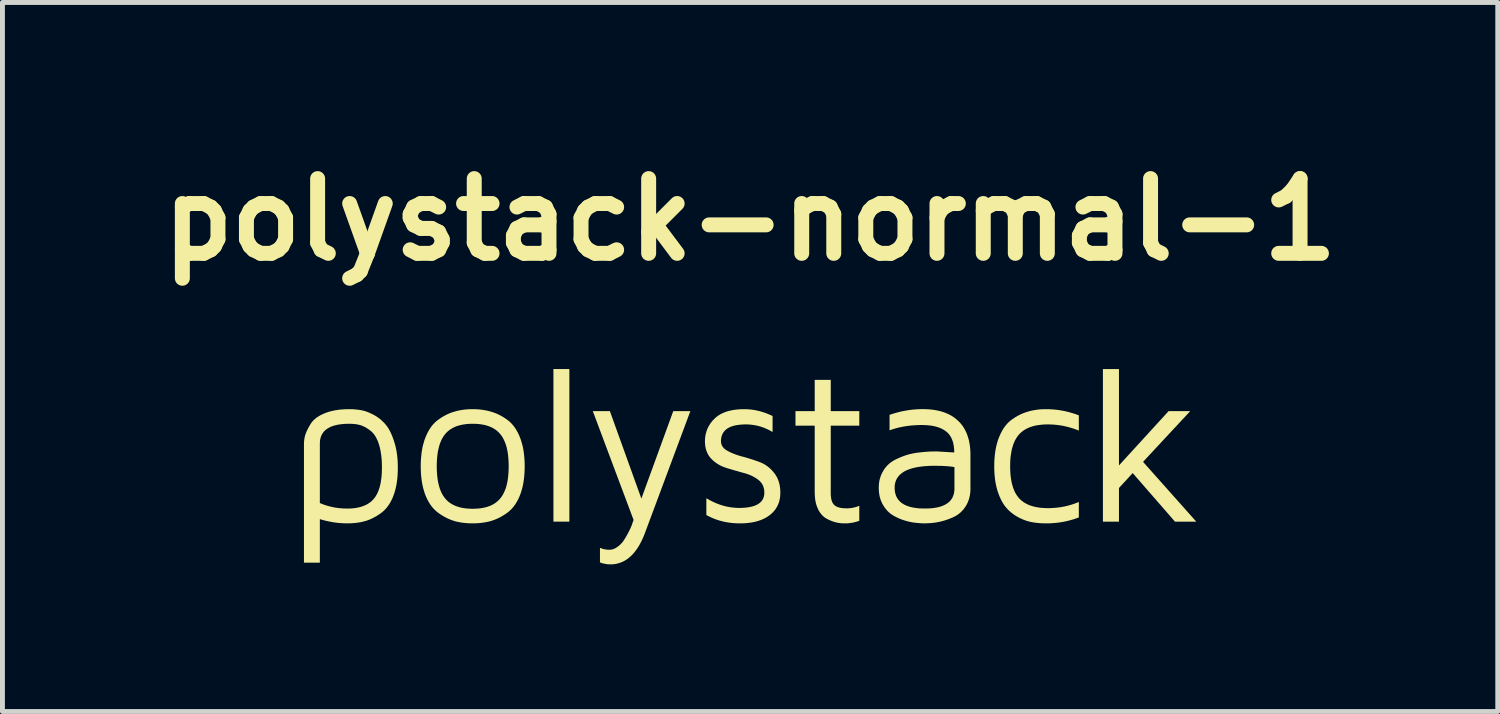
<source format=kicad_pcb>
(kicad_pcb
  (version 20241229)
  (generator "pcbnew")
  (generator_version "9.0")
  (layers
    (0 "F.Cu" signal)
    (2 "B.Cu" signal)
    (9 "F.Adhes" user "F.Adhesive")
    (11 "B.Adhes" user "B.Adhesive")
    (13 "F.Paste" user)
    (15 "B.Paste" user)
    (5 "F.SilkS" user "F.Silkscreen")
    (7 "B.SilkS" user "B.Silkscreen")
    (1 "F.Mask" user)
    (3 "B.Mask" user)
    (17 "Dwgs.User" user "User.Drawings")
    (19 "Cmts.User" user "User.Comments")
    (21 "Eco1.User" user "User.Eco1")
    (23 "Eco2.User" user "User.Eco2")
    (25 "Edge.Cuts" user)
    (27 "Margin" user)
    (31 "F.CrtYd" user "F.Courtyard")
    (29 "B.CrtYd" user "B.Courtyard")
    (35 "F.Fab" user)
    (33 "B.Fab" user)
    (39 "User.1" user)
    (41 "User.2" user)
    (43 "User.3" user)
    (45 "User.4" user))
  (footprint "polystack-normal-1"
    (layer "F.Cu")
    (at 12.243 6.465)
    (property "Reference" "polystack-normal-1" (at 0 -5.039 0) (layer "F.SilkS") (effects (font (size 1.524 1.524) (thickness 0.305))))
    (attr smd)
    (fp_poly (pts (xy -4.01 1.12) (xy -4.01 -1.991) (xy -3.685 -1.991) (xy -3.685 1.12) (xy -4.01 1.12)) (stroke (width 0) (type solid)) (fill yes) (layer "F.SilkS"))
    (fp_poly (pts (xy 7.193 1.12) (xy 7.193 -1.991) (xy 7.52 -1.991) (xy 7.52 -0.026) (xy 8.532 -1.133) (xy 8.973 -1.133) (xy 8.011 -0.099) (xy 9.096 1.12) (xy 8.662 1.12) (xy 7.8 0.13) (xy 7.52 0.434) (xy 7.52 1.12) (xy 7.193 1.12)) (stroke (width 0) (type solid)) (fill yes) (layer "F.SilkS"))
    (fp_poly (pts (xy 0.925 -0.836) (xy 0.925 -1.133) (xy 1.317 -1.133) (xy 1.317 -1.771) (xy 1.644 -1.771) (xy 1.644 -1.133) (xy 2.226 -1.133) (xy 2.226 -0.836) (xy 1.644 -0.836) (xy 1.644 0.538) (xy 1.644 0.571) (xy 1.647 0.603) (xy 1.65 0.632) (xy 1.655 0.659) (xy 1.661 0.685) (xy 1.669 0.708) (xy 1.678 0.729) (xy 1.689 0.748) (xy 1.701 0.765) (xy 1.714 0.781) (xy 1.73 0.793) (xy 1.748 0.805) (xy 1.768 0.815) (xy 1.79 0.824) (xy 1.814 0.832) (xy 1.84 0.838) (xy 1.869 0.843) (xy 1.9 0.846) (xy 1.933 0.848) (xy 1.968 0.849) (xy 1.995 0.848) (xy 2.023 0.847) (xy 2.049 0.844) (xy 2.076 0.84) (xy 2.102 0.836) (xy 2.127 0.83) (xy 2.153 0.823) (xy 2.177 0.815) (xy 2.202 0.806) (xy 2.226 0.796) (xy 2.226 1.102) (xy 2.2 1.112) (xy 2.174 1.12) (xy 2.148 1.127) (xy 2.122 1.134) (xy 2.096 1.14) (xy 2.069 1.144) (xy 2.043 1.148) (xy 2.017 1.151) (xy 1.991 1.154) (xy 1.965 1.155) (xy 1.939 1.155) (xy 1.928 1.155) (xy 1.902 1.155) (xy 1.877 1.154) (xy 1.851 1.152) (xy 1.826 1.149) (xy 1.801 1.145) (xy 1.776 1.141) (xy 1.752 1.135) (xy 1.73 1.13) (xy 1.707 1.123) (xy 1.684 1.115) (xy 1.66 1.106) (xy 1.636 1.096) (xy 1.61 1.085) (xy 1.584 1.072) (xy 1.558 1.058) (xy 1.537 1.046) (xy 1.516 1.031) (xy 1.497 1.016) (xy 1.478 0.998) (xy 1.46 0.979) (xy 1.443 0.959) (xy 1.427 0.937) (xy 1.412 0.914) (xy 1.397 0.889) (xy 1.384 0.862) (xy 1.374 0.84) (xy 1.365 0.818) (xy 1.357 0.795) (xy 1.349 0.771) (xy 1.342 0.746) (xy 1.337 0.72) (xy 1.331 0.694) (xy 1.327 0.667) (xy 1.324 0.639) (xy 1.321 0.611) (xy 1.319 0.581) (xy 1.318 0.551) (xy 1.317 0.52) (xy 1.317 -0.836) (xy 0.925 -0.836) (xy 0.925 -0.836)) (stroke (width 0) (type solid)) (fill yes) (layer "F.SilkS"))
    (fp_poly (pts (xy -3.207 -1.133) (xy -2.859 -1.133) (xy -2.217 0.65) (xy -1.567 -1.133) (xy -1.218 -1.133) (xy -2.14 1.341) (xy -2.151 1.371) (xy -2.163 1.401) (xy -2.175 1.43) (xy -2.188 1.459) (xy -2.2 1.486) (xy -2.213 1.513) (xy -2.226 1.539) (xy -2.24 1.565) (xy -2.253 1.589) (xy -2.267 1.613) (xy -2.281 1.637) (xy -2.296 1.659) (xy -2.311 1.681) (xy -2.326 1.702) (xy -2.341 1.722) (xy -2.356 1.742) (xy -2.372 1.761) (xy -2.388 1.779) (xy -2.404 1.796) (xy -2.421 1.813) (xy -2.437 1.828) (xy -2.455 1.843) (xy -2.472 1.858) (xy -2.489 1.872) (xy -2.507 1.884) (xy -2.525 1.897) (xy -2.544 1.908) (xy -2.562 1.919) (xy -2.581 1.929) (xy -2.6 1.938) (xy -2.62 1.946) (xy -2.639 1.954) (xy -2.659 1.961) (xy -2.679 1.967) (xy -2.7 1.973) (xy -2.72 1.978) (xy -2.741 1.982) (xy -2.762 1.985) (xy -2.784 1.988) (xy -2.806 1.99) (xy -2.828 1.991) (xy -2.85 1.991) (xy -2.877 1.99) (xy -2.904 1.989) (xy -2.93 1.985) (xy -2.957 1.981) (xy -2.983 1.975) (xy -3.009 1.969) (xy -3.035 1.961) (xy -3.061 1.951) (xy -3.061 1.654) (xy -3.039 1.663) (xy -3.015 1.671) (xy -2.992 1.678) (xy -2.968 1.683) (xy -2.943 1.688) (xy -2.918 1.691) (xy -2.893 1.693) (xy -2.867 1.693) (xy -2.843 1.692) (xy -2.818 1.688) (xy -2.794 1.682) (xy -2.77 1.672) (xy -2.746 1.661) (xy -2.722 1.646) (xy -2.698 1.629) (xy -2.677 1.614) (xy -2.658 1.597) (xy -2.639 1.579) (xy -2.622 1.561) (xy -2.605 1.542) (xy -2.589 1.522) (xy -2.575 1.501) (xy -2.561 1.479) (xy -2.547 1.457) (xy -2.534 1.435) (xy -2.521 1.413) (xy -2.509 1.391) (xy -2.496 1.368) (xy -2.484 1.346) (xy -2.473 1.323) (xy -2.462 1.301) (xy -2.447 1.271) (xy -2.434 1.244) (xy -2.423 1.217) (xy -2.413 1.192) (xy -2.404 1.169) (xy -2.398 1.147) (xy -2.376 1.085) (xy -3.207 -1.133) (xy -3.207 -1.133)) (stroke (width 0) (type solid)) (fill yes) (layer "F.SilkS"))
    (fp_poly (pts (xy 4.977 -0.009) (xy 4.978 -0.04) (xy 4.978 -0.071) (xy 4.979 -0.101) (xy 4.981 -0.13) (xy 4.982 -0.16) (xy 4.985 -0.189) (xy 4.987 -0.217) (xy 4.99 -0.245) (xy 4.993 -0.273) (xy 4.997 -0.3) (xy 5.001 -0.327) (xy 5.006 -0.353) (xy 5.011 -0.379) (xy 5.016 -0.405) (xy 5.022 -0.43) (xy 5.028 -0.454) (xy 5.034 -0.479) (xy 5.041 -0.502) (xy 5.048 -0.526) (xy 5.056 -0.549) (xy 5.064 -0.571) (xy 5.072 -0.593) (xy 5.084 -0.621) (xy 5.096 -0.648) (xy 5.108 -0.675) (xy 5.121 -0.7) (xy 5.134 -0.725) (xy 5.147 -0.749) (xy 5.162 -0.772) (xy 5.176 -0.794) (xy 5.191 -0.815) (xy 5.207 -0.836) (xy 5.223 -0.855) (xy 5.239 -0.874) (xy 5.256 -0.892) (xy 5.273 -0.909) (xy 5.291 -0.925) (xy 5.309 -0.94) (xy 5.328 -0.955) (xy 5.351 -0.971) (xy 5.375 -0.987) (xy 5.398 -1.003) (xy 5.422 -1.017) (xy 5.445 -1.031) (xy 5.469 -1.044) (xy 5.493 -1.056) (xy 5.517 -1.068) (xy 5.541 -1.079) (xy 5.565 -1.089) (xy 5.589 -1.098) (xy 5.613 -1.107) (xy 5.637 -1.115) (xy 5.661 -1.122) (xy 5.685 -1.129) (xy 5.71 -1.136) (xy 5.735 -1.142) (xy 5.761 -1.147) (xy 5.786 -1.152) (xy 5.813 -1.156) (xy 5.839 -1.16) (xy 5.866 -1.164) (xy 5.893 -1.167) (xy 5.92 -1.169) (xy 5.948 -1.171) (xy 5.976 -1.172) (xy 6.005 -1.173) (xy 6.034 -1.173) (xy 6.061 -1.173) (xy 6.088 -1.172) (xy 6.115 -1.171) (xy 6.142 -1.17) (xy 6.169 -1.168) (xy 6.196 -1.166) (xy 6.223 -1.163) (xy 6.25 -1.16) (xy 6.277 -1.157) (xy 6.303 -1.153) (xy 6.33 -1.149) (xy 6.357 -1.144) (xy 6.384 -1.139) (xy 6.41 -1.134) (xy 6.437 -1.128) (xy 6.464 -1.122) (xy 6.49 -1.115) (xy 6.517 -1.108) (xy 6.543 -1.1) (xy 6.57 -1.093) (xy 6.596 -1.084) (xy 6.623 -1.076) (xy 6.649 -1.067) (xy 6.675 -1.057) (xy 6.702 -1.047) (xy 6.702 -0.736) (xy 6.676 -0.747) (xy 6.65 -0.757) (xy 6.625 -0.766) (xy 6.599 -0.775) (xy 6.573 -0.783) (xy 6.547 -0.791) (xy 6.521 -0.799) (xy 6.495 -0.806) (xy 6.469 -0.813) (xy 6.443 -0.819) (xy 6.417 -0.825) (xy 6.39 -0.831) (xy 6.364 -0.836) (xy 6.337 -0.84) (xy 6.311 -0.844) (xy 6.284 -0.848) (xy 6.258 -0.851) (xy 6.231 -0.854) (xy 6.204 -0.857) (xy 6.177 -0.859) (xy 6.15 -0.86) (xy 6.123 -0.861) (xy 6.096 -0.862) (xy 6.069 -0.862) (xy 6.036 -0.862) (xy 6.004 -0.861) (xy 5.972 -0.859) (xy 5.941 -0.856) (xy 5.911 -0.853) (xy 5.882 -0.849) (xy 5.853 -0.845) (xy 5.826 -0.84) (xy 5.799 -0.834) (xy 5.772 -0.827) (xy 5.747 -0.819) (xy 5.722 -0.811) (xy 5.698 -0.803) (xy 5.675 -0.793) (xy 5.653 -0.783) (xy 5.631 -0.772) (xy 5.61 -0.76) (xy 5.59 -0.748) (xy 5.57 -0.735) (xy 5.552 -0.721) (xy 5.534 -0.707) (xy 5.517 -0.692) (xy 5.5 -0.676) (xy 5.485 -0.659) (xy 5.471 -0.643) (xy 5.458 -0.627) (xy 5.445 -0.609) (xy 5.433 -0.591) (xy 5.421 -0.572) (xy 5.41 -0.553) (xy 5.399 -0.532) (xy 5.389 -0.511) (xy 5.38 -0.49) (xy 5.371 -0.467) (xy 5.362 -0.444) (xy 5.355 -0.42) (xy 5.347 -0.395) (xy 5.341 -0.37) (xy 5.334 -0.344) (xy 5.329 -0.317) (xy 5.324 -0.289) (xy 5.319 -0.261) (xy 5.315 -0.232) (xy 5.311 -0.202) (xy 5.308 -0.172) (xy 5.306 -0.141) (xy 5.304 -0.109) (xy 5.303 -0.076) (xy 5.302 -0.043) (xy 5.302 -0.009) (xy 5.302 0.026) (xy 5.303 0.059) (xy 5.304 0.092) (xy 5.306 0.124) (xy 5.308 0.156) (xy 5.311 0.186) (xy 5.315 0.216) (xy 5.319 0.246) (xy 5.324 0.274) (xy 5.329 0.302) (xy 5.334 0.329) (xy 5.341 0.355) (xy 5.347 0.38) (xy 5.355 0.405) (xy 5.362 0.429) (xy 5.371 0.452) (xy 5.38 0.475) (xy 5.389 0.497) (xy 5.399 0.518) (xy 5.41 0.538) (xy 5.421 0.557) (xy 5.433 0.576) (xy 5.445 0.594) (xy 5.458 0.611) (xy 5.471 0.628) (xy 5.485 0.644) (xy 5.5 0.66) (xy 5.517 0.676) (xy 5.534 0.691) (xy 5.552 0.705) (xy 5.57 0.719) (xy 5.59 0.732) (xy 5.61 0.744) (xy 5.631 0.755) (xy 5.653 0.766) (xy 5.675 0.776) (xy 5.698 0.786) (xy 5.722 0.794) (xy 5.747 0.802) (xy 5.772 0.81) (xy 5.799 0.816) (xy 5.826 0.822) (xy 5.853 0.827) (xy 5.882 0.832) (xy 5.911 0.836) (xy 5.941 0.839) (xy 5.972 0.841) (xy 6.004 0.843) (xy 6.036 0.844) (xy 6.069 0.844) (xy 6.097 0.844) (xy 6.125 0.844) (xy 6.153 0.842) (xy 6.181 0.841) (xy 6.208 0.839) (xy 6.236 0.837) (xy 6.263 0.834) (xy 6.29 0.83) (xy 6.317 0.827) (xy 6.344 0.823) (xy 6.37 0.818) (xy 6.397 0.813) (xy 6.423 0.808) (xy 6.449 0.802) (xy 6.475 0.795) (xy 6.501 0.789) (xy 6.527 0.781) (xy 6.552 0.774) (xy 6.577 0.766) (xy 6.603 0.757) (xy 6.628 0.748) (xy 6.652 0.739) (xy 6.677 0.729) (xy 6.702 0.719) (xy 6.702 1.034) (xy 6.676 1.044) (xy 6.651 1.053) (xy 6.625 1.061) (xy 6.6 1.07) (xy 6.574 1.078) (xy 6.548 1.085) (xy 6.522 1.092) (xy 6.496 1.099) (xy 6.47 1.106) (xy 6.443 1.112) (xy 6.417 1.117) (xy 6.39 1.123) (xy 6.364 1.127) (xy 6.337 1.132) (xy 6.31 1.136) (xy 6.283 1.14) (xy 6.256 1.143) (xy 6.228 1.146) (xy 6.201 1.148) (xy 6.173 1.15) (xy 6.146 1.152) (xy 6.118 1.154) (xy 6.09 1.155) (xy 6.062 1.155) (xy 6.034 1.155) (xy 6.005 1.155) (xy 5.977 1.154) (xy 5.948 1.153) (xy 5.921 1.152) (xy 5.893 1.15) (xy 5.866 1.147) (xy 5.84 1.145) (xy 5.813 1.141) (xy 5.787 1.138) (xy 5.761 1.133) (xy 5.736 1.129) (xy 5.711 1.124) (xy 5.686 1.117) (xy 5.661 1.11) (xy 5.635 1.103) (xy 5.61 1.094) (xy 5.584 1.084) (xy 5.558 1.074) (xy 5.532 1.062) (xy 5.506 1.05) (xy 5.48 1.037) (xy 5.454 1.023) (xy 5.43 1.009) (xy 5.407 0.995) (xy 5.385 0.981) (xy 5.363 0.965) (xy 5.342 0.949) (xy 5.321 0.933) (xy 5.301 0.915) (xy 5.281 0.898) (xy 5.262 0.879) (xy 5.244 0.86) (xy 5.226 0.84) (xy 5.209 0.82) (xy 5.195 0.802) (xy 5.181 0.783) (xy 5.167 0.762) (xy 5.154 0.741) (xy 5.141 0.719) (xy 5.129 0.697) (xy 5.116 0.673) (xy 5.105 0.648) (xy 5.093 0.623) (xy 5.082 0.597) (xy 5.071 0.57) (xy 5.061 0.542) (xy 5.051 0.513) (xy 5.041 0.483) (xy 5.035 0.459) (xy 5.028 0.435) (xy 5.022 0.41) (xy 5.016 0.385) (xy 5.011 0.36) (xy 5.006 0.334) (xy 5.001 0.308) (xy 4.997 0.281) (xy 4.993 0.254) (xy 4.99 0.227) (xy 4.987 0.199) (xy 4.985 0.17) (xy 4.982 0.141) (xy 4.981 0.112) (xy 4.979 0.083) (xy 4.978 0.053) (xy 4.978 0.022) (xy 4.977 -0.009) (xy 4.977 -0.009)) (stroke (width 0) (type solid)) (fill yes) (layer "F.SilkS"))
    (fp_poly (pts (xy -9.096 1.956) (xy -9.096 -0.461) (xy -8.62 -0.775) (xy -8.637 -0.764) (xy -8.652 -0.752) (xy -8.666 -0.739) (xy -8.68 -0.726) (xy -8.693 -0.712) (xy -8.704 -0.697) (xy -8.715 -0.682) (xy -8.725 -0.666) (xy -8.734 -0.65) (xy -8.742 -0.633) (xy -8.749 -0.615) (xy -8.755 -0.597) (xy -8.76 -0.578) (xy -8.764 -0.558) (xy -8.768 -0.538) (xy -8.77 -0.517) (xy -8.771 -0.496) (xy -8.772 -0.474) (xy -8.772 0.741) (xy -8.772 0.741) (xy -8.747 0.751) (xy -8.723 0.761) (xy -8.697 0.771) (xy -8.672 0.78) (xy -8.647 0.788) (xy -8.621 0.796) (xy -8.595 0.803) (xy -8.569 0.81) (xy -8.543 0.816) (xy -8.516 0.822) (xy -8.49 0.828) (xy -8.463 0.833) (xy -8.436 0.837) (xy -8.408 0.841) (xy -8.381 0.844) (xy -8.353 0.847) (xy -8.325 0.849) (xy -8.297 0.851) (xy -8.269 0.852) (xy -8.241 0.853) (xy -8.212 0.853) (xy -8.18 0.853) (xy -8.149 0.852) (xy -8.119 0.85) (xy -8.089 0.847) (xy -8.061 0.844) (xy -8.033 0.84) (xy -8.005 0.835) (xy -7.979 0.829) (xy -7.953 0.823) (xy -7.928 0.816) (xy -7.904 0.808) (xy -7.881 0.8) (xy -7.858 0.79) (xy -7.836 0.78) (xy -7.815 0.77) (xy -7.795 0.758) (xy -7.775 0.746) (xy -7.756 0.733) (xy -7.738 0.719) (xy -7.721 0.705) (xy -7.705 0.69) (xy -7.689 0.674) (xy -7.674 0.657) (xy -7.661 0.641) (xy -7.648 0.624) (xy -7.636 0.606) (xy -7.625 0.588) (xy -7.614 0.569) (xy -7.603 0.549) (xy -7.593 0.528) (xy -7.584 0.506) (xy -7.575 0.484) (xy -7.567 0.46) (xy -7.559 0.436) (xy -7.552 0.412) (xy -7.545 0.386) (xy -7.539 0.36) (xy -7.533 0.333) (xy -7.528 0.305) (xy -7.524 0.276) (xy -7.52 0.246) (xy -7.516 0.216) (xy -7.513 0.185) (xy -7.511 0.153) (xy -7.509 0.12) (xy -7.508 0.087) (xy -7.507 0.053) (xy -7.506 0.018) (xy -7.507 -0.014) (xy -7.507 -0.044) (xy -7.508 -0.075) (xy -7.509 -0.104) (xy -7.511 -0.133) (xy -7.513 -0.162) (xy -7.516 -0.189) (xy -7.519 -0.217) (xy -7.522 -0.243) (xy -7.526 -0.269) (xy -7.53 -0.295) (xy -7.534 -0.32) (xy -7.539 -0.344) (xy -7.544 -0.368) (xy -7.549 -0.391) (xy -7.555 -0.413) (xy -7.562 -0.435) (xy -7.568 -0.457) (xy -7.578 -0.487) (xy -7.589 -0.517) (xy -7.601 -0.545) (xy -7.614 -0.571) (xy -7.627 -0.597) (xy -7.64 -0.62) (xy -7.655 -0.642) (xy -7.67 -0.663) (xy -7.686 -0.683) (xy -7.703 -0.701) (xy -7.72 -0.717) (xy -7.738 -0.732) (xy -7.762 -0.751) (xy -7.786 -0.767) (xy -7.809 -0.783) (xy -7.832 -0.797) (xy -7.855 -0.81) (xy -7.878 -0.821) (xy -7.901 -0.831) (xy -7.923 -0.84) (xy -7.945 -0.847) (xy -7.968 -0.853) (xy -7.991 -0.858) (xy -8.014 -0.863) (xy -8.039 -0.867) (xy -8.064 -0.87) (xy -8.089 -0.872) (xy -8.116 -0.874) (xy -8.143 -0.875) (xy -8.17 -0.875) (xy -8.203 -0.875) (xy -8.235 -0.874) (xy -8.266 -0.873) (xy -8.296 -0.87) (xy -8.325 -0.868) (xy -8.353 -0.864) (xy -8.381 -0.86) (xy -8.407 -0.856) (xy -8.433 -0.85) (xy -8.457 -0.844) (xy -8.481 -0.838) (xy -8.504 -0.831) (xy -8.525 -0.823) (xy -8.546 -0.815) (xy -8.566 -0.806) (xy -8.585 -0.796) (xy -8.603 -0.786) (xy -8.62 -0.775) (xy -9.096 -0.461) (xy -9.096 -0.487) (xy -9.094 -0.513) (xy -9.091 -0.539) (xy -9.088 -0.566) (xy -9.083 -0.592) (xy -9.077 -0.619) (xy -9.07 -0.646) (xy -9.063 -0.665) (xy -9.056 -0.685) (xy -9.048 -0.706) (xy -9.038 -0.728) (xy -9.028 -0.75) (xy -9.016 -0.773) (xy -9.004 -0.797) (xy -8.99 -0.822) (xy -8.975 -0.847) (xy -8.959 -0.873) (xy -8.947 -0.892) (xy -8.933 -0.91) (xy -8.918 -0.928) (xy -8.902 -0.946) (xy -8.884 -0.962) (xy -8.866 -0.979) (xy -8.846 -0.994) (xy -8.825 -1.01) (xy -8.803 -1.024) (xy -8.779 -1.038) (xy -8.754 -1.052) (xy -8.728 -1.065) (xy -8.701 -1.077) (xy -8.673 -1.089) (xy -8.651 -1.098) (xy -8.629 -1.106) (xy -8.606 -1.114) (xy -8.582 -1.121) (xy -8.558 -1.128) (xy -8.534 -1.134) (xy -8.509 -1.14) (xy -8.484 -1.145) (xy -8.458 -1.15) (xy -8.431 -1.154) (xy -8.404 -1.158) (xy -8.377 -1.162) (xy -8.349 -1.165) (xy -8.32 -1.167) (xy -8.291 -1.169) (xy -8.262 -1.171) (xy -8.232 -1.172) (xy -8.201 -1.173) (xy -8.17 -1.173) (xy -8.142 -1.173) (xy -8.115 -1.172) (xy -8.087 -1.171) (xy -8.06 -1.169) (xy -8.033 -1.166) (xy -8.005 -1.163) (xy -7.979 -1.16) (xy -7.952 -1.156) (xy -7.925 -1.151) (xy -7.901 -1.146) (xy -7.876 -1.14) (xy -7.851 -1.133) (xy -7.826 -1.125) (xy -7.8 -1.115) (xy -7.774 -1.105) (xy -7.747 -1.093) (xy -7.72 -1.08) (xy -7.693 -1.067) (xy -7.665 -1.052) (xy -7.642 -1.039) (xy -7.619 -1.025) (xy -7.597 -1.01) (xy -7.576 -0.995) (xy -7.554 -0.979) (xy -7.534 -0.963) (xy -7.514 -0.945) (xy -7.495 -0.927) (xy -7.476 -0.909) (xy -7.458 -0.89) (xy -7.44 -0.87) (xy -7.423 -0.849) (xy -7.409 -0.832) (xy -7.396 -0.814) (xy -7.383 -0.795) (xy -7.371 -0.775) (xy -7.359 -0.754) (xy -7.347 -0.733) (xy -7.335 -0.71) (xy -7.324 -0.687) (xy -7.313 -0.662) (xy -7.302 -0.637) (xy -7.292 -0.611) (xy -7.282 -0.584) (xy -7.272 -0.557) (xy -7.262 -0.528) (xy -7.253 -0.498) (xy -7.246 -0.475) (xy -7.239 -0.451) (xy -7.232 -0.426) (xy -7.226 -0.401) (xy -7.221 -0.376) (xy -7.215 -0.35) (xy -7.21 -0.324) (xy -7.206 -0.298) (xy -7.202 -0.271) (xy -7.198 -0.243) (xy -7.195 -0.215) (xy -7.192 -0.187) (xy -7.189 -0.159) (xy -7.187 -0.13) (xy -7.185 -0.1) (xy -7.184 -0.07) (xy -7.183 -0.04) (xy -7.183 -0.009) (xy -7.182 0.022) (xy -7.183 0.054) (xy -7.183 0.085) (xy -7.184 0.116) (xy -7.186 0.146) (xy -7.187 0.176) (xy -7.19 0.205) (xy -7.192 0.234) (xy -7.195 0.263) (xy -7.199 0.291) (xy -7.203 0.319) (xy -7.207 0.346) (xy -7.212 0.373) (xy -7.217 0.399) (xy -7.223 0.425) (xy -7.228 0.45) (xy -7.235 0.475) (xy -7.242 0.5) (xy -7.249 0.524) (xy -7.256 0.547) (xy -7.264 0.57) (xy -7.273 0.593) (xy -7.284 0.622) (xy -7.296 0.65) (xy -7.309 0.677) (xy -7.322 0.703) (xy -7.336 0.728) (xy -7.35 0.752) (xy -7.365 0.775) (xy -7.381 0.798) (xy -7.397 0.819) (xy -7.413 0.84) (xy -7.43 0.859) (xy -7.448 0.878) (xy -7.466 0.896) (xy -7.485 0.913) (xy -7.504 0.929) (xy -7.524 0.944) (xy -7.547 0.96) (xy -7.57 0.976) (xy -7.592 0.991) (xy -7.615 1.005) (xy -7.638 1.018) (xy -7.661 1.031) (xy -7.684 1.043) (xy -7.708 1.055) (xy -7.731 1.066) (xy -7.754 1.076) (xy -7.778 1.085) (xy -7.801 1.094) (xy -7.825 1.102) (xy -7.848 1.109) (xy -7.872 1.115) (xy -7.896 1.121) (xy -7.921 1.127) (xy -7.945 1.132) (xy -7.971 1.136) (xy -7.996 1.14) (xy -8.022 1.144) (xy -8.048 1.147) (xy -8.074 1.149) (xy -8.101 1.151) (xy -8.128 1.153) (xy -8.156 1.154) (xy -8.184 1.155) (xy -8.212 1.155) (xy -8.238 1.155) (xy -8.265 1.154) (xy -8.291 1.153) (xy -8.317 1.152) (xy -8.344 1.15) (xy -8.37 1.148) (xy -8.397 1.146) (xy -8.423 1.143) (xy -8.45 1.139) (xy -8.476 1.136) (xy -8.503 1.132) (xy -8.53 1.127) (xy -8.557 1.122) (xy -8.583 1.117) (xy -8.61 1.111) (xy -8.637 1.105) (xy -8.664 1.099) (xy -8.691 1.092) (xy -8.718 1.085) (xy -8.745 1.077) (xy -8.772 1.069) (xy -8.772 1.956) (xy -9.096 1.956) (xy -9.096 1.956)) (stroke (width 0) (type solid)) (fill yes) (layer "F.SilkS"))
    (fp_poly (pts (xy -0.921 -0.518) (xy -0.92 -0.545) (xy -0.919 -0.572) (xy -0.916 -0.598) (xy -0.913 -0.623) (xy -0.908 -0.649) (xy -0.903 -0.674) (xy -0.896 -0.698) (xy -0.889 -0.722) (xy -0.881 -0.746) (xy -0.871 -0.77) (xy -0.861 -0.792) (xy -0.85 -0.815) (xy -0.838 -0.837) (xy -0.824 -0.859) (xy -0.81 -0.88) (xy -0.795 -0.901) (xy -0.779 -0.922) (xy -0.762 -0.942) (xy -0.743 -0.962) (xy -0.724 -0.981) (xy -0.708 -0.996) (xy -0.691 -1.011) (xy -0.674 -1.024) (xy -0.655 -1.038) (xy -0.637 -1.05) (xy -0.617 -1.062) (xy -0.597 -1.074) (xy -0.576 -1.084) (xy -0.555 -1.094) (xy -0.532 -1.104) (xy -0.51 -1.113) (xy -0.486 -1.121) (xy -0.462 -1.129) (xy -0.437 -1.136) (xy -0.412 -1.142) (xy -0.385 -1.148) (xy -0.359 -1.153) (xy -0.331 -1.158) (xy -0.303 -1.162) (xy -0.274 -1.165) (xy -0.245 -1.168) (xy -0.215 -1.17) (xy -0.184 -1.172) (xy -0.152 -1.173) (xy -0.12 -1.173) (xy -0.094 -1.173) (xy -0.068 -1.172) (xy -0.041 -1.17) (xy -0.015 -1.168) (xy 0.011 -1.166) (xy 0.037 -1.163) (xy 0.064 -1.159) (xy 0.09 -1.155) (xy 0.116 -1.15) (xy 0.142 -1.144) (xy 0.169 -1.138) (xy 0.195 -1.132) (xy 0.221 -1.124) (xy 0.247 -1.117) (xy 0.274 -1.108) (xy 0.3 -1.1) (xy 0.326 -1.09) (xy 0.352 -1.08) (xy 0.379 -1.069) (xy 0.405 -1.058) (xy 0.431 -1.046) (xy 0.458 -1.034) (xy 0.458 -0.708) (xy 0.433 -0.722) (xy 0.408 -0.736) (xy 0.383 -0.749) (xy 0.358 -0.761) (xy 0.333 -0.773) (xy 0.308 -0.783) (xy 0.283 -0.794) (xy 0.257 -0.803) (xy 0.232 -0.812) (xy 0.206 -0.82) (xy 0.18 -0.827) (xy 0.154 -0.834) (xy 0.128 -0.84) (xy 0.102 -0.845) (xy 0.075 -0.849) (xy 0.049 -0.853) (xy 0.023 -0.856) (xy -0.004 -0.859) (xy -0.031 -0.861) (xy -0.058 -0.862) (xy -0.085 -0.862) (xy -0.117 -0.862) (xy -0.148 -0.861) (xy -0.179 -0.859) (xy -0.208 -0.856) (xy -0.236 -0.853) (xy -0.263 -0.849) (xy -0.289 -0.845) (xy -0.314 -0.839) (xy -0.338 -0.833) (xy -0.36 -0.826) (xy -0.382 -0.819) (xy -0.403 -0.811) (xy -0.422 -0.802) (xy -0.441 -0.792) (xy -0.459 -0.782) (xy -0.475 -0.77) (xy -0.49 -0.759) (xy -0.505 -0.746) (xy -0.518 -0.733) (xy -0.53 -0.719) (xy -0.541 -0.704) (xy -0.551 -0.689) (xy -0.56 -0.673) (xy -0.568 -0.656) (xy -0.575 -0.638) (xy -0.581 -0.62) (xy -0.586 -0.601) (xy -0.589 -0.582) (xy -0.592 -0.561) (xy -0.594 -0.54) (xy -0.594 -0.518) (xy -0.593 -0.495) (xy -0.589 -0.473) (xy -0.583 -0.452) (xy -0.574 -0.432) (xy -0.563 -0.412) (xy -0.55 -0.394) (xy -0.534 -0.376) (xy -0.515 -0.359) (xy -0.494 -0.344) (xy -0.471 -0.329) (xy -0.45 -0.317) (xy -0.428 -0.306) (xy -0.406 -0.295) (xy -0.382 -0.284) (xy -0.358 -0.274) (xy -0.333 -0.263) (xy -0.308 -0.254) (xy -0.282 -0.244) (xy -0.255 -0.235) (xy -0.227 -0.226) (xy -0.198 -0.218) (xy -0.169 -0.209) (xy -0.143 -0.203) (xy -0.118 -0.196) (xy -0.092 -0.189) (xy -0.067 -0.181) (xy -0.041 -0.174) (xy -0.016 -0.166) (xy 0.01 -0.158) (xy 0.035 -0.15) (xy 0.061 -0.142) (xy 0.086 -0.133) (xy 0.112 -0.124) (xy 0.137 -0.116) (xy 0.163 -0.106) (xy 0.189 -0.097) (xy 0.214 -0.087) (xy 0.238 -0.076) (xy 0.263 -0.064) (xy 0.286 -0.052) (xy 0.309 -0.038) (xy 0.331 -0.023) (xy 0.353 -0.008) (xy 0.375 0.009) (xy 0.395 0.026) (xy 0.416 0.045) (xy 0.435 0.064) (xy 0.454 0.084) (xy 0.473 0.106) (xy 0.491 0.128) (xy 0.506 0.148) (xy 0.52 0.168) (xy 0.533 0.19) (xy 0.546 0.212) (xy 0.557 0.234) (xy 0.567 0.258) (xy 0.576 0.282) (xy 0.585 0.306) (xy 0.592 0.332) (xy 0.599 0.358) (xy 0.604 0.385) (xy 0.608 0.412) (xy 0.612 0.44) (xy 0.614 0.469) (xy 0.616 0.499) (xy 0.616 0.529) (xy 0.616 0.557) (xy 0.614 0.584) (xy 0.612 0.61) (xy 0.608 0.636) (xy 0.604 0.662) (xy 0.598 0.686) (xy 0.592 0.711) (xy 0.584 0.734) (xy 0.576 0.757) (xy 0.566 0.78) (xy 0.556 0.802) (xy 0.544 0.823) (xy 0.532 0.844) (xy 0.518 0.864) (xy 0.504 0.884) (xy 0.488 0.903) (xy 0.472 0.922) (xy 0.454 0.94) (xy 0.436 0.957) (xy 0.416 0.974) (xy 0.396 0.99) (xy 0.377 1.003) (xy 0.358 1.016) (xy 0.339 1.029) (xy 0.318 1.041) (xy 0.297 1.052) (xy 0.276 1.062) (xy 0.254 1.072) (xy 0.231 1.082) (xy 0.208 1.091) (xy 0.184 1.099) (xy 0.16 1.107) (xy 0.135 1.114) (xy 0.109 1.121) (xy 0.083 1.127) (xy 0.057 1.132) (xy 0.029 1.137) (xy 0.001 1.141) (xy -0.027 1.145) (xy -0.056 1.148) (xy -0.086 1.151) (xy -0.116 1.153) (xy -0.147 1.154) (xy -0.179 1.155) (xy -0.211 1.155) (xy -0.239 1.155) (xy -0.268 1.154) (xy -0.296 1.153) (xy -0.324 1.151) (xy -0.352 1.149) (xy -0.38 1.146) (xy -0.407 1.143) (xy -0.435 1.139) (xy -0.462 1.135) (xy -0.489 1.13) (xy -0.515 1.125) (xy -0.542 1.119) (xy -0.568 1.113) (xy -0.594 1.106) (xy -0.62 1.099) (xy -0.646 1.091) (xy -0.672 1.083) (xy -0.697 1.074) (xy -0.722 1.065) (xy -0.747 1.055) (xy -0.771 1.045) (xy -0.796 1.034) (xy -0.82 1.022) (xy -0.844 1.011) (xy -0.868 0.998) (xy -0.892 0.986) (xy -0.892 0.642) (xy -0.867 0.657) (xy -0.842 0.671) (xy -0.817 0.685) (xy -0.792 0.698) (xy -0.766 0.711) (xy -0.741 0.723) (xy -0.716 0.734) (xy -0.691 0.745) (xy -0.665 0.755) (xy -0.64 0.765) (xy -0.614 0.774) (xy -0.588 0.783) (xy -0.563 0.79) (xy -0.537 0.798) (xy -0.511 0.805) (xy -0.485 0.811) (xy -0.46 0.816) (xy -0.434 0.821) (xy -0.408 0.826) (xy -0.381 0.829) (xy -0.355 0.833) (xy -0.329 0.835) (xy -0.303 0.837) (xy -0.277 0.839) (xy -0.25 0.84) (xy -0.224 0.84) (xy -0.19 0.84) (xy -0.158 0.839) (xy -0.126 0.837) (xy -0.096 0.835) (xy -0.067 0.831) (xy -0.039 0.828) (xy -0.012 0.823) (xy 0.014 0.818) (xy 0.038 0.812) (xy 0.062 0.806) (xy 0.084 0.798) (xy 0.105 0.79) (xy 0.125 0.782) (xy 0.144 0.772) (xy 0.162 0.762) (xy 0.178 0.752) (xy 0.193 0.74) (xy 0.208 0.728) (xy 0.221 0.715) (xy 0.233 0.702) (xy 0.244 0.688) (xy 0.253 0.673) (xy 0.262 0.657) (xy 0.269 0.641) (xy 0.276 0.624) (xy 0.281 0.607) (xy 0.285 0.588) (xy 0.288 0.569) (xy 0.289 0.55) (xy 0.29 0.529) (xy 0.289 0.502) (xy 0.287 0.475) (xy 0.282 0.45) (xy 0.276 0.426) (xy 0.269 0.402) (xy 0.259 0.38) (xy 0.248 0.358) (xy 0.235 0.338) (xy 0.22 0.319) (xy 0.204 0.3) (xy 0.186 0.283) (xy 0.166 0.267) (xy 0.147 0.252) (xy 0.127 0.239) (xy 0.107 0.226) (xy 0.085 0.213) (xy 0.063 0.201) (xy 0.041 0.19) (xy 0.018 0.179) (xy -0.006 0.168) (xy -0.031 0.159) (xy -0.056 0.15) (xy -0.082 0.141) (xy -0.108 0.133) (xy -0.136 0.126) (xy -0.161 0.119) (xy -0.187 0.112) (xy -0.212 0.105) (xy -0.238 0.097) (xy -0.263 0.09) (xy -0.289 0.083) (xy -0.314 0.076) (xy -0.34 0.068) (xy -0.365 0.061) (xy -0.391 0.053) (xy -0.416 0.045) (xy -0.442 0.038) (xy -0.467 0.03) (xy -0.493 0.022) (xy -0.518 0.013) (xy -0.543 0.004) (xy -0.567 -0.006) (xy -0.591 -0.017) (xy -0.614 -0.028) (xy -0.636 -0.041) (xy -0.658 -0.054) (xy -0.68 -0.068) (xy -0.701 -0.083) (xy -0.721 -0.098) (xy -0.741 -0.114) (xy -0.76 -0.131) (xy -0.779 -0.149) (xy -0.797 -0.168) (xy -0.813 -0.186) (xy -0.828 -0.205) (xy -0.842 -0.225) (xy -0.854 -0.245) (xy -0.866 -0.266) (xy -0.876 -0.288) (xy -0.885 -0.311) (xy -0.894 -0.334) (xy -0.901 -0.358) (xy -0.907 -0.383) (xy -0.912 -0.409) (xy -0.916 -0.435) (xy -0.918 -0.462) (xy -0.92 -0.49) (xy -0.921 -0.518)) (stroke (width 0) (type solid)) (fill yes) (layer "F.SilkS"))
    (fp_poly (pts (xy 2.623 0.43) (xy 2.623 0.402) (xy 2.947 0.429) (xy 2.947 0.452) (xy 2.949 0.474) (xy 2.951 0.495) (xy 2.954 0.516) (xy 2.958 0.536) (xy 2.963 0.555) (xy 2.969 0.574) (xy 2.975 0.592) (xy 2.983 0.61) (xy 2.992 0.627) (xy 3.001 0.643) (xy 3.011 0.659) (xy 3.022 0.674) (xy 3.035 0.689) (xy 3.048 0.703) (xy 3.061 0.716) (xy 3.076 0.729) (xy 3.092 0.741) (xy 3.108 0.752) (xy 3.126 0.763) (xy 3.144 0.773) (xy 3.164 0.783) (xy 3.184 0.792) (xy 3.205 0.8) (xy 3.227 0.808) (xy 3.249 0.815) (xy 3.273 0.822) (xy 3.298 0.827) (xy 3.323 0.833) (xy 3.35 0.837) (xy 3.377 0.841) (xy 3.405 0.845) (xy 3.434 0.848) (xy 3.464 0.85) (xy 3.495 0.851) (xy 3.527 0.852) (xy 3.56 0.852) (xy 3.566 0.852) (xy 3.599 0.852) (xy 3.631 0.851) (xy 3.662 0.85) (xy 3.692 0.847) (xy 3.721 0.845) (xy 3.75 0.841) (xy 3.777 0.837) (xy 3.803 0.832) (xy 3.829 0.827) (xy 3.853 0.821) (xy 3.877 0.814) (xy 3.9 0.807) (xy 3.921 0.799) (xy 3.942 0.79) (xy 3.962 0.781) (xy 3.981 0.771) (xy 3.999 0.761) (xy 4.016 0.75) (xy 4.032 0.738) (xy 4.048 0.726) (xy 4.062 0.713) (xy 4.075 0.699) (xy 4.088 0.685) (xy 4.099 0.67) (xy 4.11 0.655) (xy 4.12 0.639) (xy 4.129 0.622) (xy 4.136 0.604) (xy 4.143 0.586) (xy 4.149 0.568) (xy 4.155 0.548) (xy 4.159 0.528) (xy 4.162 0.508) (xy 4.164 0.487) (xy 4.166 0.465) (xy 4.166 0.442) (xy 4.166 0.008) (xy 4.146 0.005) (xy 4.124 0.001) (xy 4.102 -0.002) (xy 4.079 -0.004) (xy 4.055 -0.007) (xy 4.03 -0.009) (xy 4.004 -0.011) (xy 3.977 -0.013) (xy 3.95 -0.014) (xy 3.921 -0.016) (xy 3.892 -0.017) (xy 3.861 -0.017) (xy 3.83 -0.018) (xy 3.798 -0.018) (xy 3.765 -0.018) (xy 3.729 -0.018) (xy 3.694 -0.018) (xy 3.659 -0.017) (xy 3.626 -0.015) (xy 3.593 -0.013) (xy 3.561 -0.011) (xy 3.53 -0.008) (xy 3.5 -0.004) (xy 3.47 -0.001) (xy 3.442 0.004) (xy 3.414 0.008) (xy 3.387 0.013) (xy 3.36 0.019) (xy 3.335 0.025) (xy 3.31 0.031) (xy 3.287 0.038) (xy 3.263 0.045) (xy 3.241 0.053) (xy 3.22 0.061) (xy 3.199 0.07) (xy 3.179 0.079) (xy 3.16 0.088) (xy 3.142 0.098) (xy 3.125 0.109) (xy 3.108 0.12) (xy 3.093 0.131) (xy 3.078 0.143) (xy 3.064 0.155) (xy 3.05 0.167) (xy 3.038 0.18) (xy 3.026 0.194) (xy 3.015 0.208) (xy 3.005 0.222) (xy 2.996 0.237) (xy 2.987 0.252) (xy 2.98 0.268) (xy 2.973 0.284) (xy 2.967 0.301) (xy 2.961 0.318) (xy 2.957 0.335) (xy 2.953 0.353) (xy 2.95 0.371) (xy 2.948 0.39) (xy 2.947 0.409) (xy 2.947 0.429) (xy 2.947 0.429) (xy 2.623 0.402) (xy 2.625 0.375) (xy 2.627 0.348) (xy 2.63 0.322) (xy 2.634 0.296) (xy 2.639 0.271) (xy 2.645 0.247) (xy 2.652 0.223) (xy 2.66 0.2) (xy 2.668 0.177) (xy 2.678 0.154) (xy 2.691 0.127) (xy 2.704 0.102) (xy 2.719 0.077) (xy 2.734 0.054) (xy 2.749 0.032) (xy 2.765 0.011) (xy 2.782 -0.008) (xy 2.799 -0.027) (xy 2.817 -0.044) (xy 2.835 -0.061) (xy 2.855 -0.077) (xy 2.876 -0.093) (xy 2.898 -0.108) (xy 2.921 -0.122) (xy 2.945 -0.136) (xy 2.97 -0.149) (xy 2.997 -0.162) (xy 3.024 -0.174) (xy 3.052 -0.186) (xy 3.078 -0.197) (xy 3.105 -0.208) (xy 3.13 -0.217) (xy 3.155 -0.226) (xy 3.179 -0.234) (xy 3.202 -0.241) (xy 3.225 -0.248) (xy 3.247 -0.254) (xy 3.269 -0.259) (xy 3.292 -0.265) (xy 3.315 -0.27) (xy 3.34 -0.274) (xy 3.365 -0.279) (xy 3.392 -0.283) (xy 3.419 -0.287) (xy 3.447 -0.29) (xy 3.476 -0.293) (xy 3.513 -0.297) (xy 3.546 -0.3) (xy 3.577 -0.303) (xy 3.604 -0.305) (xy 3.628 -0.306) (xy 3.648 -0.308) (xy 3.666 -0.309) (xy 3.689 -0.31) (xy 3.715 -0.311) (xy 3.742 -0.311) (xy 3.77 -0.311) (xy 3.8 -0.312) (xy 4.162 -0.29) (xy 4.161 -0.321) (xy 4.16 -0.351) (xy 4.157 -0.381) (xy 4.154 -0.409) (xy 4.15 -0.437) (xy 4.145 -0.463) (xy 4.139 -0.489) (xy 4.132 -0.513) (xy 4.124 -0.537) (xy 4.115 -0.559) (xy 4.106 -0.581) (xy 4.095 -0.602) (xy 4.083 -0.621) (xy 4.071 -0.64) (xy 4.057 -0.658) (xy 4.043 -0.675) (xy 4.028 -0.691) (xy 4.011 -0.706) (xy 3.994 -0.72) (xy 3.977 -0.732) (xy 3.959 -0.744) (xy 3.941 -0.756) (xy 3.922 -0.766) (xy 3.901 -0.777) (xy 3.88 -0.786) (xy 3.859 -0.795) (xy 3.836 -0.803) (xy 3.813 -0.81) (xy 3.789 -0.817) (xy 3.764 -0.823) (xy 3.738 -0.829) (xy 3.711 -0.834) (xy 3.684 -0.838) (xy 3.656 -0.842) (xy 3.627 -0.844) (xy 3.597 -0.847) (xy 3.566 -0.848) (xy 3.535 -0.849) (xy 3.502 -0.85) (xy 3.473 -0.85) (xy 3.444 -0.849) (xy 3.416 -0.848) (xy 3.387 -0.847) (xy 3.359 -0.845) (xy 3.331 -0.843) (xy 3.303 -0.841) (xy 3.276 -0.839) (xy 3.248 -0.836) (xy 3.221 -0.832) (xy 3.194 -0.829) (xy 3.168 -0.825) (xy 3.141 -0.82) (xy 3.115 -0.816) (xy 3.089 -0.811) (xy 3.064 -0.805) (xy 3.038 -0.8) (xy 3.013 -0.794) (xy 2.988 -0.787) (xy 2.963 -0.781) (xy 2.939 -0.773) (xy 2.915 -0.766) (xy 2.891 -0.758) (xy 2.867 -0.75) (xy 2.843 -0.742) (xy 2.843 -1.057) (xy 2.87 -1.066) (xy 2.897 -1.075) (xy 2.923 -1.083) (xy 2.95 -1.091) (xy 2.977 -1.099) (xy 3.004 -1.106) (xy 3.03 -1.113) (xy 3.057 -1.12) (xy 3.084 -1.126) (xy 3.111 -1.132) (xy 3.138 -1.137) (xy 3.165 -1.142) (xy 3.192 -1.147) (xy 3.22 -1.151) (xy 3.247 -1.155) (xy 3.274 -1.159) (xy 3.301 -1.162) (xy 3.328 -1.165) (xy 3.356 -1.167) (xy 3.383 -1.169) (xy 3.41 -1.171) (xy 3.438 -1.172) (xy 3.465 -1.173) (xy 3.493 -1.174) (xy 3.52 -1.174) (xy 3.551 -1.174) (xy 3.582 -1.173) (xy 3.613 -1.171) (xy 3.642 -1.17) (xy 3.672 -1.167) (xy 3.701 -1.164) (xy 3.729 -1.161) (xy 3.757 -1.157) (xy 3.784 -1.152) (xy 3.811 -1.147) (xy 3.837 -1.142) (xy 3.863 -1.135) (xy 3.889 -1.129) (xy 3.914 -1.121) (xy 3.938 -1.114) (xy 3.962 -1.105) (xy 3.985 -1.097) (xy 4.008 -1.087) (xy 4.03 -1.077) (xy 4.052 -1.067) (xy 4.074 -1.056) (xy 4.094 -1.045) (xy 4.115 -1.033) (xy 4.135 -1.02) (xy 4.154 -1.007) (xy 4.173 -0.993) (xy 4.191 -0.979) (xy 4.209 -0.964) (xy 4.226 -0.949) (xy 4.243 -0.933) (xy 4.26 -0.917) (xy 4.276 -0.9) (xy 4.292 -0.882) (xy 4.307 -0.864) (xy 4.322 -0.845) (xy 4.336 -0.825) (xy 4.349 -0.806) (xy 4.362 -0.785) (xy 4.374 -0.764) (xy 4.385 -0.743) (xy 4.396 -0.721) (xy 4.407 -0.698) (xy 4.417 -0.675) (xy 4.426 -0.652) (xy 4.434 -0.628) (xy 4.442 -0.603) (xy 4.45 -0.578) (xy 4.457 -0.552) (xy 4.463 -0.526) (xy 4.468 -0.499) (xy 4.473 -0.472) (xy 4.478 -0.444) (xy 4.482 -0.416) (xy 4.485 -0.387) (xy 4.488 -0.357) (xy 4.49 -0.327) (xy 4.491 -0.297) (xy 4.492 -0.266) (xy 4.492 -0.235) (xy 4.492 0.442) (xy 4.492 0.471) (xy 4.491 0.499) (xy 4.488 0.526) (xy 4.485 0.553) (xy 4.481 0.58) (xy 4.476 0.605) (xy 4.47 0.631) (xy 4.464 0.655) (xy 4.456 0.679) (xy 4.447 0.703) (xy 4.438 0.726) (xy 4.427 0.749) (xy 4.416 0.771) (xy 4.404 0.792) (xy 4.391 0.813) (xy 4.375 0.836) (xy 4.359 0.858) (xy 4.342 0.879) (xy 4.324 0.898) (xy 4.306 0.917) (xy 4.287 0.935) (xy 4.267 0.952) (xy 4.246 0.968) (xy 4.225 0.983) (xy 4.203 0.997) (xy 4.18 1.01) (xy 4.157 1.022) (xy 4.133 1.033) (xy 4.107 1.044) (xy 4.081 1.055) (xy 4.056 1.065) (xy 4.031 1.074) (xy 4.006 1.083) (xy 3.981 1.091) (xy 3.956 1.099) (xy 3.932 1.106) (xy 3.908 1.112) (xy 3.884 1.118) (xy 3.861 1.123) (xy 3.838 1.128) (xy 3.81 1.133) (xy 3.783 1.138) (xy 3.756 1.142) (xy 3.729 1.145) (xy 3.701 1.148) (xy 3.674 1.15) (xy 3.647 1.152) (xy 3.62 1.153) (xy 3.593 1.154) (xy 3.566 1.155) (xy 3.54 1.154) (xy 3.514 1.154) (xy 3.488 1.153) (xy 3.461 1.151) (xy 3.434 1.149) (xy 3.407 1.147) (xy 3.38 1.144) (xy 3.352 1.141) (xy 3.331 1.138) (xy 3.308 1.135) (xy 3.285 1.13) (xy 3.261 1.125) (xy 3.237 1.12) (xy 3.212 1.114) (xy 3.186 1.107) (xy 3.16 1.099) (xy 3.133 1.091) (xy 3.106 1.082) (xy 3.079 1.072) (xy 3.052 1.061) (xy 3.027 1.05) (xy 3.002 1.039) (xy 2.978 1.027) (xy 2.954 1.015) (xy 2.931 1.002) (xy 2.909 0.989) (xy 2.888 0.975) (xy 2.867 0.961) (xy 2.847 0.945) (xy 2.828 0.928) (xy 2.809 0.91) (xy 2.791 0.891) (xy 2.773 0.87) (xy 2.756 0.848) (xy 2.739 0.825) (xy 2.723 0.801) (xy 2.708 0.776) (xy 2.693 0.749) (xy 2.682 0.725) (xy 2.672 0.701) (xy 2.662 0.677) (xy 2.654 0.652) (xy 2.647 0.626) (xy 2.64 0.599) (xy 2.635 0.573) (xy 2.631 0.545) (xy 2.627 0.517) (xy 2.625 0.488) (xy 2.623 0.459) (xy 2.623 0.429) (xy 2.623 0.43)) (stroke (width 0) (type solid)) (fill yes) (layer "F.SilkS"))
    (fp_poly (pts (xy -6.62 0.578) (xy -6.338 -0.425) (xy -6.345 -0.4) (xy -6.351 -0.374) (xy -6.357 -0.347) (xy -6.363 -0.32) (xy -6.368 -0.292) (xy -6.372 -0.264) (xy -6.376 -0.234) (xy -6.379 -0.204) (xy -6.382 -0.174) (xy -6.384 -0.142) (xy -6.386 -0.11) (xy -6.388 -0.077) (xy -6.388 -0.043) (xy -6.389 -0.009) (xy -6.388 0.026) (xy -6.388 0.059) (xy -6.386 0.092) (xy -6.384 0.124) (xy -6.382 0.156) (xy -6.379 0.187) (xy -6.376 0.217) (xy -6.372 0.246) (xy -6.368 0.275) (xy -6.363 0.303) (xy -6.357 0.33) (xy -6.351 0.356) (xy -6.345 0.382) (xy -6.338 0.407) (xy -6.331 0.431) (xy -6.323 0.455) (xy -6.314 0.478) (xy -6.305 0.5) (xy -6.296 0.521) (xy -6.286 0.542) (xy -6.275 0.562) (xy -6.264 0.581) (xy -6.252 0.599) (xy -6.24 0.617) (xy -6.228 0.634) (xy -6.214 0.65) (xy -6.2 0.667) (xy -6.184 0.684) (xy -6.168 0.699) (xy -6.151 0.714) (xy -6.133 0.728) (xy -6.114 0.741) (xy -6.095 0.754) (xy -6.075 0.766) (xy -6.054 0.777) (xy -6.033 0.787) (xy -6.011 0.797) (xy -5.988 0.806) (xy -5.964 0.814) (xy -5.94 0.822) (xy -5.915 0.829) (xy -5.889 0.835) (xy -5.863 0.84) (xy -5.835 0.845) (xy -5.807 0.849) (xy -5.779 0.852) (xy -5.749 0.854) (xy -5.719 0.856) (xy -5.688 0.857) (xy -5.657 0.858) (xy -5.625 0.857) (xy -5.594 0.856) (xy -5.564 0.854) (xy -5.535 0.852) (xy -5.506 0.849) (xy -5.478 0.845) (xy -5.451 0.84) (xy -5.424 0.835) (xy -5.398 0.829) (xy -5.373 0.822) (xy -5.349 0.815) (xy -5.325 0.806) (xy -5.302 0.798) (xy -5.28 0.788) (xy -5.259 0.778) (xy -5.238 0.767) (xy -5.218 0.755) (xy -5.199 0.742) (xy -5.18 0.729) (xy -5.163 0.715) (xy -5.146 0.701) (xy -5.129 0.685) (xy -5.114 0.669) (xy -5.099 0.653) (xy -5.085 0.636) (xy -5.073 0.62) (xy -5.06 0.602) (xy -5.049 0.584) (xy -5.037 0.564) (xy -5.027 0.545) (xy -5.017 0.524) (xy -5.007 0.503) (xy -4.998 0.481) (xy -4.989 0.458) (xy -4.981 0.434) (xy -4.973 0.41) (xy -4.966 0.385) (xy -4.96 0.359) (xy -4.954 0.332) (xy -4.948 0.305) (xy -4.943 0.277) (xy -4.939 0.248) (xy -4.935 0.219) (xy -4.932 0.188) (xy -4.929 0.157) (xy -4.927 0.126) (xy -4.925 0.093) (xy -4.923 0.06) (xy -4.923 0.026) (xy -4.922 -0.009) (xy -4.923 -0.044) (xy -4.923 -0.078) (xy -4.925 -0.111) (xy -4.927 -0.143) (xy -4.929 -0.175) (xy -4.932 -0.206) (xy -4.935 -0.236) (xy -4.939 -0.266) (xy -4.943 -0.295) (xy -4.948 -0.323) (xy -4.954 -0.35) (xy -4.96 -0.377) (xy -4.966 -0.402) (xy -4.973 -0.427) (xy -4.981 -0.452) (xy -4.989 -0.475) (xy -4.998 -0.498) (xy -5.007 -0.52) (xy -5.017 -0.542) (xy -5.027 -0.562) (xy -5.037 -0.582) (xy -5.049 -0.601) (xy -5.06 -0.62) (xy -5.073 -0.637) (xy -5.085 -0.654) (xy -5.099 -0.67) (xy -5.114 -0.687) (xy -5.129 -0.703) (xy -5.146 -0.718) (xy -5.163 -0.733) (xy -5.18 -0.747) (xy -5.199 -0.76) (xy -5.218 -0.772) (xy -5.238 -0.784) (xy -5.259 -0.795) (xy -5.28 -0.806) (xy -5.302 -0.815) (xy -5.325 -0.824) (xy -5.349 -0.832) (xy -5.373 -0.84) (xy -5.398 -0.847) (xy -5.424 -0.853) (xy -5.451 -0.858) (xy -5.478 -0.863) (xy -5.506 -0.866) (xy -5.535 -0.87) (xy -5.564 -0.872) (xy -5.594 -0.874) (xy -5.625 -0.875) (xy -5.657 -0.875) (xy -5.688 -0.875) (xy -5.719 -0.874) (xy -5.749 -0.872) (xy -5.779 -0.87) (xy -5.807 -0.866) (xy -5.835 -0.862) (xy -5.863 -0.858) (xy -5.889 -0.852) (xy -5.915 -0.846) (xy -5.94 -0.839) (xy -5.964 -0.832) (xy -5.988 -0.824) (xy -6.011 -0.815) (xy -6.033 -0.805) (xy -6.054 -0.794) (xy -6.075 -0.783) (xy -6.095 -0.771) (xy -6.114 -0.759) (xy -6.133 -0.745) (xy -6.151 -0.731) (xy -6.168 -0.717) (xy -6.184 -0.701) (xy -6.2 -0.685) (xy -6.214 -0.668) (xy -6.228 -0.652) (xy -6.24 -0.635) (xy -6.252 -0.617) (xy -6.264 -0.599) (xy -6.275 -0.579) (xy -6.286 -0.559) (xy -6.296 -0.539) (xy -6.305 -0.517) (xy -6.314 -0.495) (xy -6.323 -0.472) (xy -6.331 -0.449) (xy -6.338 -0.425) (xy -6.62 0.578) (xy -6.629 0.555) (xy -6.637 0.533) (xy -6.644 0.51) (xy -6.651 0.486) (xy -6.658 0.462) (xy -6.665 0.438) (xy -6.671 0.413) (xy -6.677 0.388) (xy -6.682 0.362) (xy -6.687 0.336) (xy -6.691 0.31) (xy -6.695 0.283) (xy -6.699 0.256) (xy -6.702 0.228) (xy -6.705 0.2) (xy -6.708 0.171) (xy -6.71 0.142) (xy -6.712 0.113) (xy -6.713 0.083) (xy -6.714 0.053) (xy -6.715 0.022) (xy -6.715 -0.009) (xy -6.715 -0.04) (xy -6.714 -0.071) (xy -6.713 -0.101) (xy -6.712 -0.13) (xy -6.71 -0.16) (xy -6.708 -0.189) (xy -6.705 -0.217) (xy -6.702 -0.245) (xy -6.699 -0.273) (xy -6.695 -0.3) (xy -6.691 -0.327) (xy -6.687 -0.353) (xy -6.682 -0.379) (xy -6.677 -0.405) (xy -6.671 -0.43) (xy -6.665 -0.454) (xy -6.658 -0.479) (xy -6.651 -0.502) (xy -6.644 -0.526) (xy -6.637 -0.549) (xy -6.629 -0.571) (xy -6.62 -0.593) (xy -6.609 -0.621) (xy -6.597 -0.648) (xy -6.585 -0.675) (xy -6.572 -0.7) (xy -6.558 -0.725) (xy -6.545 -0.749) (xy -6.53 -0.772) (xy -6.516 -0.794) (xy -6.501 -0.815) (xy -6.485 -0.836) (xy -6.469 -0.855) (xy -6.452 -0.874) (xy -6.435 -0.892) (xy -6.418 -0.909) (xy -6.4 -0.925) (xy -6.381 -0.94) (xy -6.362 -0.955) (xy -6.339 -0.971) (xy -6.315 -0.987) (xy -6.292 -1.003) (xy -6.269 -1.017) (xy -6.245 -1.031) (xy -6.221 -1.044) (xy -6.198 -1.056) (xy -6.174 -1.068) (xy -6.151 -1.079) (xy -6.127 -1.089) (xy -6.103 -1.098) (xy -6.079 -1.107) (xy -6.055 -1.115) (xy -6.031 -1.122) (xy -6.007 -1.129) (xy -5.982 -1.136) (xy -5.957 -1.142) (xy -5.932 -1.147) (xy -5.906 -1.152) (xy -5.88 -1.156) (xy -5.853 -1.16) (xy -5.827 -1.164) (xy -5.799 -1.167) (xy -5.772 -1.169) (xy -5.744 -1.171) (xy -5.716 -1.172) (xy -5.688 -1.173) (xy -5.659 -1.173) (xy -5.63 -1.173) (xy -5.601 -1.172) (xy -5.573 -1.171) (xy -5.544 -1.169) (xy -5.517 -1.167) (xy -5.489 -1.164) (xy -5.463 -1.16) (xy -5.436 -1.156) (xy -5.41 -1.152) (xy -5.384 -1.147) (xy -5.358 -1.142) (xy -5.333 -1.136) (xy -5.308 -1.129) (xy -5.284 -1.122) (xy -5.259 -1.115) (xy -5.235 -1.107) (xy -5.211 -1.098) (xy -5.186 -1.089) (xy -5.162 -1.079) (xy -5.138 -1.068) (xy -5.114 -1.056) (xy -5.09 -1.044) (xy -5.066 -1.031) (xy -5.043 -1.017) (xy -5.019 -1.003) (xy -4.996 -0.987) (xy -4.972 -0.971) (xy -4.949 -0.955) (xy -4.93 -0.94) (xy -4.911 -0.925) (xy -4.893 -0.909) (xy -4.876 -0.892) (xy -4.859 -0.874) (xy -4.842 -0.855) (xy -4.826 -0.836) (xy -4.81 -0.815) (xy -4.795 -0.794) (xy -4.781 -0.772) (xy -4.766 -0.749) (xy -4.753 -0.725) (xy -4.739 -0.7) (xy -4.726 -0.675) (xy -4.714 -0.648) (xy -4.702 -0.621) (xy -4.691 -0.593) (xy -4.682 -0.571) (xy -4.674 -0.549) (xy -4.667 -0.526) (xy -4.66 -0.502) (xy -4.653 -0.479) (xy -4.646 -0.454) (xy -4.64 -0.43) (xy -4.634 -0.405) (xy -4.629 -0.379) (xy -4.624 -0.353) (xy -4.62 -0.327) (xy -4.616 -0.3) (xy -4.612 -0.273) (xy -4.609 -0.245) (xy -4.606 -0.217) (xy -4.603 -0.189) (xy -4.601 -0.16) (xy -4.599 -0.13) (xy -4.598 -0.101) (xy -4.597 -0.071) (xy -4.596 -0.04) (xy -4.596 -0.009) (xy -4.596 0.022) (xy -4.597 0.053) (xy -4.598 0.083) (xy -4.599 0.113) (xy -4.601 0.142) (xy -4.603 0.171) (xy -4.606 0.2) (xy -4.609 0.228) (xy -4.612 0.256) (xy -4.616 0.283) (xy -4.62 0.31) (xy -4.624 0.336) (xy -4.629 0.362) (xy -4.634 0.388) (xy -4.64 0.413) (xy -4.646 0.438) (xy -4.653 0.462) (xy -4.66 0.486) (xy -4.667 0.51) (xy -4.674 0.533) (xy -4.682 0.555) (xy -4.691 0.578) (xy -4.702 0.606) (xy -4.714 0.633) (xy -4.726 0.659) (xy -4.739 0.684) (xy -4.753 0.709) (xy -4.766 0.732) (xy -4.781 0.755) (xy -4.795 0.777) (xy -4.81 0.798) (xy -4.826 0.818) (xy -4.842 0.838) (xy -4.859 0.857) (xy -4.876 0.874) (xy -4.893 0.891) (xy -4.911 0.907) (xy -4.93 0.923) (xy -4.949 0.937) (xy -4.972 0.954) (xy -4.996 0.97) (xy -5.019 0.985) (xy -5.043 1) (xy -5.066 1.013) (xy -5.09 1.027) (xy -5.114 1.039) (xy -5.138 1.051) (xy -5.162 1.062) (xy -5.186 1.072) (xy -5.211 1.082) (xy -5.235 1.091) (xy -5.259 1.099) (xy -5.284 1.107) (xy -5.308 1.114) (xy -5.333 1.12) (xy -5.358 1.125) (xy -5.384 1.131) (xy -5.41 1.135) (xy -5.436 1.139) (xy -5.463 1.143) (xy -5.489 1.146) (xy -5.517 1.149) (xy -5.544 1.151) (xy -5.573 1.153) (xy -5.601 1.154) (xy -5.63 1.155) (xy -5.659 1.155) (xy -5.688 1.155) (xy -5.716 1.154) (xy -5.744 1.153) (xy -5.772 1.151) (xy -5.799 1.149) (xy -5.827 1.146) (xy -5.853 1.143) (xy -5.88 1.139) (xy -5.906 1.135) (xy -5.932 1.131) (xy -5.957 1.125) (xy -5.982 1.12) (xy -6.007 1.114) (xy -6.031 1.107) (xy -6.055 1.099) (xy -6.079 1.091) (xy -6.103 1.082) (xy -6.127 1.072) (xy -6.151 1.062) (xy -6.174 1.051) (xy -6.198 1.039) (xy -6.221 1.027) (xy -6.245 1.013) (xy -6.269 1) (xy -6.292 0.985) (xy -6.315 0.97) (xy -6.339 0.954) (xy -6.362 0.937) (xy -6.381 0.923) (xy -6.4 0.907) (xy -6.418 0.891) (xy -6.435 0.874) (xy -6.452 0.857) (xy -6.469 0.838) (xy -6.485 0.818) (xy -6.501 0.798) (xy -6.516 0.777) (xy -6.53 0.755) (xy -6.545 0.732) (xy -6.558 0.709) (xy -6.572 0.684) (xy -6.585 0.659) (xy -6.597 0.633) (xy -6.609 0.606) (xy -6.62 0.578)) (stroke (width 0) (type solid)) (fill yes) (layer "F.SilkS")))
  (gr_rect
    (start -3 -3)
    (end 27.486 11.456)
    (stroke (width 0.1) (type default))
    (fill no)
    (layer "Edge.Cuts")))
</source>
